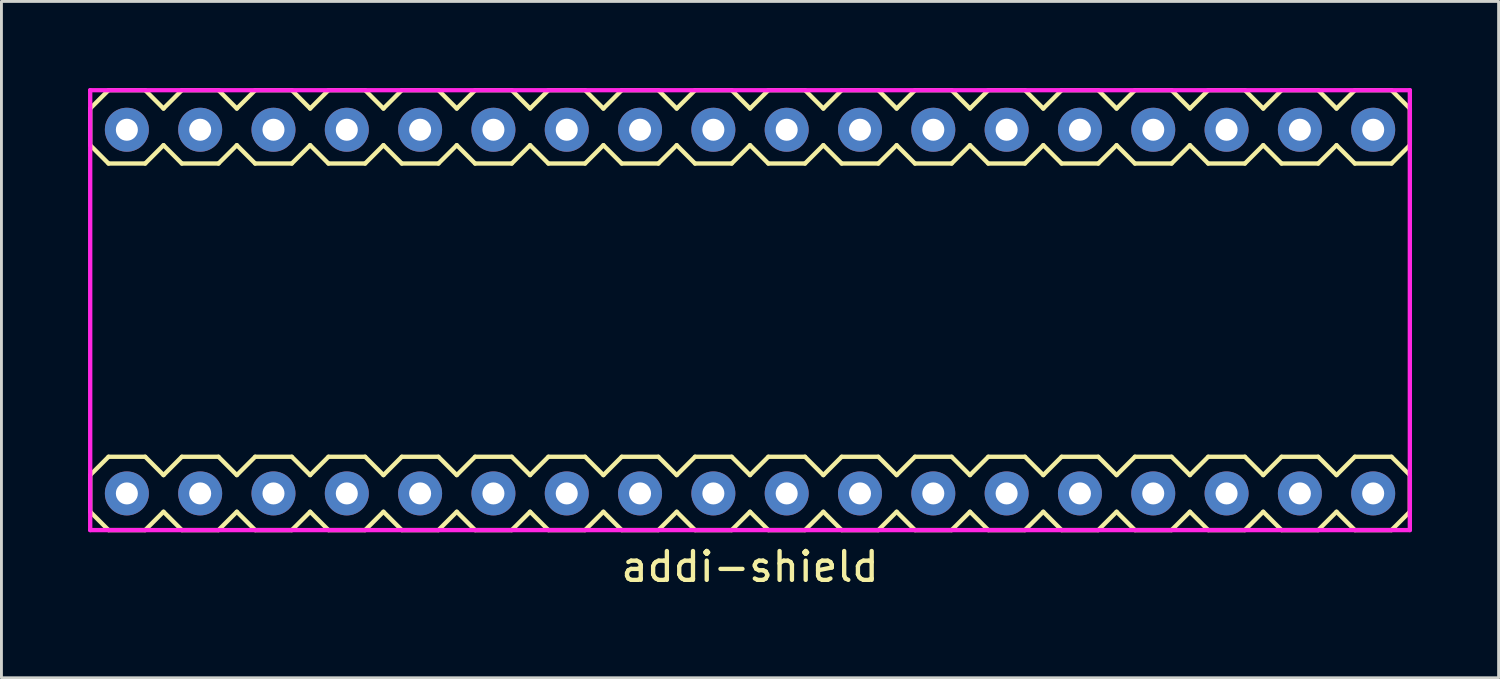
<source format=kicad_pcb>
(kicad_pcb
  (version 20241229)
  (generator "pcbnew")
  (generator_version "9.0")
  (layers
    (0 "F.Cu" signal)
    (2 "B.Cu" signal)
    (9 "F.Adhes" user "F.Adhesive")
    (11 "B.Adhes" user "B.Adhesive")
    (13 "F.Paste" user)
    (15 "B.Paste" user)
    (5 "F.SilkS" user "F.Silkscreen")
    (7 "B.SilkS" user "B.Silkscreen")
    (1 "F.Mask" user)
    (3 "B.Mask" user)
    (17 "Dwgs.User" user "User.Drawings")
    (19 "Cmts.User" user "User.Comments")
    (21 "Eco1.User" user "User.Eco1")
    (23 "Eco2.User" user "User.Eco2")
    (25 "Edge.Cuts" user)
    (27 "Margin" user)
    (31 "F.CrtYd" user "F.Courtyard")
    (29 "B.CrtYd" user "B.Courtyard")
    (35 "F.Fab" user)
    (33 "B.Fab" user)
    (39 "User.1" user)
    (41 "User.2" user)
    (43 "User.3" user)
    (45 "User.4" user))
  (footprint "addi-shield"
    (layer "F.Cu")
    (at 22.935 7.695)
    (property "Reference" "addi-shield" (at 0 8.89 0) (layer "F.SilkS") (effects (font (size 1 1) (thickness 0.15))))
    (attr through_hole)
    (fp_line (start -22.86 -6.985) (end -22.86 -5.715) (stroke (width 0.15) (type solid)) (layer "F.SilkS"))
    (fp_line (start -22.86 -6.985) (end -22.225 -7.62) (stroke (width 0.15) (type solid)) (layer "F.SilkS"))
    (fp_line (start -22.86 -5.715) (end -22.225 -5.08) (stroke (width 0.15) (type solid)) (layer "F.SilkS"))
    (fp_line (start -22.86 5.715) (end -22.86 6.985) (stroke (width 0.15) (type solid)) (layer "F.SilkS"))
    (fp_line (start -22.86 5.715) (end -22.225 5.08) (stroke (width 0.15) (type solid)) (layer "F.SilkS"))
    (fp_line (start -22.86 6.985) (end -22.225 7.62) (stroke (width 0.15) (type solid)) (layer "F.SilkS"))
    (fp_line (start -22.225 -7.62) (end -20.955 -7.62) (stroke (width 0.15) (type solid)) (layer "F.SilkS"))
    (fp_line (start -22.225 -5.08) (end -20.955 -5.08) (stroke (width 0.15) (type solid)) (layer "F.SilkS"))
    (fp_line (start -22.225 5.08) (end -20.955 5.08) (stroke (width 0.15) (type solid)) (layer "F.SilkS"))
    (fp_line (start -22.225 7.62) (end -20.955 7.62) (stroke (width 0.15) (type solid)) (layer "F.SilkS"))
    (fp_line (start -20.955 -7.62) (end -20.32 -6.985) (stroke (width 0.15) (type solid)) (layer "F.SilkS"))
    (fp_line (start -20.955 5.08) (end -20.32 5.715) (stroke (width 0.15) (type solid)) (layer "F.SilkS"))
    (fp_line (start -20.32 -6.985) (end -19.685 -7.62) (stroke (width 0.15) (type solid)) (layer "F.SilkS"))
    (fp_line (start -20.32 -5.715) (end -20.955 -5.08) (stroke (width 0.15) (type solid)) (layer "F.SilkS"))
    (fp_line (start -20.32 5.715) (end -19.685 5.08) (stroke (width 0.15) (type solid)) (layer "F.SilkS"))
    (fp_line (start -20.32 6.985) (end -20.955 7.62) (stroke (width 0.15) (type solid)) (layer "F.SilkS"))
    (fp_line (start -19.685 -7.62) (end -18.415 -7.62) (stroke (width 0.15) (type solid)) (layer "F.SilkS"))
    (fp_line (start -19.685 -5.08) (end -20.32 -5.715) (stroke (width 0.15) (type solid)) (layer "F.SilkS"))
    (fp_line (start -19.685 5.08) (end -18.415 5.08) (stroke (width 0.15) (type solid)) (layer "F.SilkS"))
    (fp_line (start -19.685 7.62) (end -20.32 6.985) (stroke (width 0.15) (type solid)) (layer "F.SilkS"))
    (fp_line (start -18.415 -7.62) (end -17.78 -6.985) (stroke (width 0.15) (type solid)) (layer "F.SilkS"))
    (fp_line (start -18.415 -5.08) (end -19.685 -5.08) (stroke (width 0.15) (type solid)) (layer "F.SilkS"))
    (fp_line (start -18.415 5.08) (end -17.78 5.715) (stroke (width 0.15) (type solid)) (layer "F.SilkS"))
    (fp_line (start -18.415 7.62) (end -19.685 7.62) (stroke (width 0.15) (type solid)) (layer "F.SilkS"))
    (fp_line (start -17.78 -6.985) (end -17.145 -7.62) (stroke (width 0.15) (type solid)) (layer "F.SilkS"))
    (fp_line (start -17.78 -5.715) (end -18.415 -5.08) (stroke (width 0.15) (type solid)) (layer "F.SilkS"))
    (fp_line (start -17.78 5.715) (end -17.145 5.08) (stroke (width 0.15) (type solid)) (layer "F.SilkS"))
    (fp_line (start -17.78 6.985) (end -18.415 7.62) (stroke (width 0.15) (type solid)) (layer "F.SilkS"))
    (fp_line (start -17.145 -7.62) (end -15.875 -7.62) (stroke (width 0.15) (type solid)) (layer "F.SilkS"))
    (fp_line (start -17.145 -5.08) (end -17.78 -5.715) (stroke (width 0.15) (type solid)) (layer "F.SilkS"))
    (fp_line (start -17.145 5.08) (end -15.875 5.08) (stroke (width 0.15) (type solid)) (layer "F.SilkS"))
    (fp_line (start -17.145 7.62) (end -17.78 6.985) (stroke (width 0.15) (type solid)) (layer "F.SilkS"))
    (fp_line (start -15.875 -7.62) (end -15.24 -6.985) (stroke (width 0.15) (type solid)) (layer "F.SilkS"))
    (fp_line (start -15.875 -5.08) (end -17.145 -5.08) (stroke (width 0.15) (type solid)) (layer "F.SilkS"))
    (fp_line (start -15.875 5.08) (end -15.24 5.715) (stroke (width 0.15) (type solid)) (layer "F.SilkS"))
    (fp_line (start -15.875 7.62) (end -17.145 7.62) (stroke (width 0.15) (type solid)) (layer "F.SilkS"))
    (fp_line (start -15.24 -6.985) (end -14.605 -7.62) (stroke (width 0.15) (type solid)) (layer "F.SilkS"))
    (fp_line (start -15.24 -5.715) (end -15.875 -5.08) (stroke (width 0.15) (type solid)) (layer "F.SilkS"))
    (fp_line (start -15.24 5.715) (end -14.605 5.08) (stroke (width 0.15) (type solid)) (layer "F.SilkS"))
    (fp_line (start -15.24 6.985) (end -15.875 7.62) (stroke (width 0.15) (type solid)) (layer "F.SilkS"))
    (fp_line (start -14.605 -7.62) (end -13.335 -7.62) (stroke (width 0.15) (type solid)) (layer "F.SilkS"))
    (fp_line (start -14.605 -5.08) (end -15.24 -5.715) (stroke (width 0.15) (type solid)) (layer "F.SilkS"))
    (fp_line (start -14.605 5.08) (end -13.335 5.08) (stroke (width 0.15) (type solid)) (layer "F.SilkS"))
    (fp_line (start -14.605 7.62) (end -15.24 6.985) (stroke (width 0.15) (type solid)) (layer "F.SilkS"))
    (fp_line (start -13.335 -7.62) (end -12.7 -6.985) (stroke (width 0.15) (type solid)) (layer "F.SilkS"))
    (fp_line (start -13.335 -5.08) (end -14.605 -5.08) (stroke (width 0.15) (type solid)) (layer "F.SilkS"))
    (fp_line (start -13.335 5.08) (end -12.7 5.715) (stroke (width 0.15) (type solid)) (layer "F.SilkS"))
    (fp_line (start -13.335 7.62) (end -14.605 7.62) (stroke (width 0.15) (type solid)) (layer "F.SilkS"))
    (fp_line (start -12.7 -6.985) (end -12.065 -7.62) (stroke (width 0.15) (type solid)) (layer "F.SilkS"))
    (fp_line (start -12.7 -5.715) (end -13.335 -5.08) (stroke (width 0.15) (type solid)) (layer "F.SilkS"))
    (fp_line (start -12.7 5.715) (end -12.065 5.08) (stroke (width 0.15) (type solid)) (layer "F.SilkS"))
    (fp_line (start -12.7 6.985) (end -13.335 7.62) (stroke (width 0.15) (type solid)) (layer "F.SilkS"))
    (fp_line (start -12.065 -7.62) (end -10.795 -7.62) (stroke (width 0.15) (type solid)) (layer "F.SilkS"))
    (fp_line (start -12.065 -5.08) (end -12.7 -5.715) (stroke (width 0.15) (type solid)) (layer "F.SilkS"))
    (fp_line (start -12.065 -5.08) (end -10.795 -5.08) (stroke (width 0.15) (type solid)) (layer "F.SilkS"))
    (fp_line (start -12.065 5.08) (end -10.795 5.08) (stroke (width 0.15) (type solid)) (layer "F.SilkS"))
    (fp_line (start -12.065 7.62) (end -12.7 6.985) (stroke (width 0.15) (type solid)) (layer "F.SilkS"))
    (fp_line (start -12.065 7.62) (end -10.795 7.62) (stroke (width 0.15) (type solid)) (layer "F.SilkS"))
    (fp_line (start -10.795 -7.62) (end -10.16 -6.985) (stroke (width 0.15) (type solid)) (layer "F.SilkS"))
    (fp_line (start -10.795 5.08) (end -10.16 5.715) (stroke (width 0.15) (type solid)) (layer "F.SilkS"))
    (fp_line (start -10.16 -6.985) (end -9.525 -7.62) (stroke (width 0.15) (type solid)) (layer "F.SilkS"))
    (fp_line (start -10.16 -5.715) (end -10.795 -5.08) (stroke (width 0.15) (type solid)) (layer "F.SilkS"))
    (fp_line (start -10.16 5.715) (end -9.525 5.08) (stroke (width 0.15) (type solid)) (layer "F.SilkS"))
    (fp_line (start -10.16 6.985) (end -10.795 7.62) (stroke (width 0.15) (type solid)) (layer "F.SilkS"))
    (fp_line (start -9.525 -7.62) (end -8.255 -7.62) (stroke (width 0.15) (type solid)) (layer "F.SilkS"))
    (fp_line (start -9.525 -5.08) (end -10.16 -5.715) (stroke (width 0.15) (type solid)) (layer "F.SilkS"))
    (fp_line (start -9.525 5.08) (end -8.255 5.08) (stroke (width 0.15) (type solid)) (layer "F.SilkS"))
    (fp_line (start -9.525 7.62) (end -10.16 6.985) (stroke (width 0.15) (type solid)) (layer "F.SilkS"))
    (fp_line (start -8.255 -7.62) (end -7.62 -6.985) (stroke (width 0.15) (type solid)) (layer "F.SilkS"))
    (fp_line (start -8.255 -5.08) (end -9.525 -5.08) (stroke (width 0.15) (type solid)) (layer "F.SilkS"))
    (fp_line (start -8.255 5.08) (end -7.62 5.715) (stroke (width 0.15) (type solid)) (layer "F.SilkS"))
    (fp_line (start -8.255 7.62) (end -9.525 7.62) (stroke (width 0.15) (type solid)) (layer "F.SilkS"))
    (fp_line (start -7.62 -6.985) (end -6.985 -7.62) (stroke (width 0.15) (type solid)) (layer "F.SilkS"))
    (fp_line (start -7.62 -5.715) (end -8.255 -5.08) (stroke (width 0.15) (type solid)) (layer "F.SilkS"))
    (fp_line (start -7.62 5.715) (end -6.985 5.08) (stroke (width 0.15) (type solid)) (layer "F.SilkS"))
    (fp_line (start -7.62 6.985) (end -8.255 7.62) (stroke (width 0.15) (type solid)) (layer "F.SilkS"))
    (fp_line (start -6.985 -7.62) (end -5.715 -7.62) (stroke (width 0.15) (type solid)) (layer "F.SilkS"))
    (fp_line (start -6.985 -5.08) (end -7.62 -5.715) (stroke (width 0.15) (type solid)) (layer "F.SilkS"))
    (fp_line (start -6.985 5.08) (end -5.715 5.08) (stroke (width 0.15) (type solid)) (layer "F.SilkS"))
    (fp_line (start -6.985 7.62) (end -7.62 6.985) (stroke (width 0.15) (type solid)) (layer "F.SilkS"))
    (fp_line (start -5.715 -7.62) (end -5.08 -6.985) (stroke (width 0.15) (type solid)) (layer "F.SilkS"))
    (fp_line (start -5.715 -5.08) (end -6.985 -5.08) (stroke (width 0.15) (type solid)) (layer "F.SilkS"))
    (fp_line (start -5.715 5.08) (end -5.08 5.715) (stroke (width 0.15) (type solid)) (layer "F.SilkS"))
    (fp_line (start -5.715 7.62) (end -6.985 7.62) (stroke (width 0.15) (type solid)) (layer "F.SilkS"))
    (fp_line (start -5.08 -6.985) (end -4.445 -7.62) (stroke (width 0.15) (type solid)) (layer "F.SilkS"))
    (fp_line (start -5.08 -5.715) (end -5.715 -5.08) (stroke (width 0.15) (type solid)) (layer "F.SilkS"))
    (fp_line (start -5.08 5.715) (end -4.445 5.08) (stroke (width 0.15) (type solid)) (layer "F.SilkS"))
    (fp_line (start -5.08 6.985) (end -5.715 7.62) (stroke (width 0.15) (type solid)) (layer "F.SilkS"))
    (fp_line (start -4.445 -7.62) (end -3.175 -7.62) (stroke (width 0.15) (type solid)) (layer "F.SilkS"))
    (fp_line (start -4.445 -5.08) (end -5.08 -5.715) (stroke (width 0.15) (type solid)) (layer "F.SilkS"))
    (fp_line (start -4.445 5.08) (end -3.175 5.08) (stroke (width 0.15) (type solid)) (layer "F.SilkS"))
    (fp_line (start -4.445 7.62) (end -5.08 6.985) (stroke (width 0.15) (type solid)) (layer "F.SilkS"))
    (fp_line (start -3.175 -7.62) (end -2.54 -6.985) (stroke (width 0.15) (type solid)) (layer "F.SilkS"))
    (fp_line (start -3.175 -5.08) (end -4.445 -5.08) (stroke (width 0.15) (type solid)) (layer "F.SilkS"))
    (fp_line (start -3.175 5.08) (end -2.54 5.715) (stroke (width 0.15) (type solid)) (layer "F.SilkS"))
    (fp_line (start -3.175 7.62) (end -4.445 7.62) (stroke (width 0.15) (type solid)) (layer "F.SilkS"))
    (fp_line (start -2.54 -6.985) (end -1.905 -7.62) (stroke (width 0.15) (type solid)) (layer "F.SilkS"))
    (fp_line (start -2.54 -5.715) (end -3.175 -5.08) (stroke (width 0.15) (type solid)) (layer "F.SilkS"))
    (fp_line (start -2.54 5.715) (end -1.905 5.08) (stroke (width 0.15) (type solid)) (layer "F.SilkS"))
    (fp_line (start -2.54 6.985) (end -3.175 7.62) (stroke (width 0.15) (type solid)) (layer "F.SilkS"))
    (fp_line (start -1.905 -7.62) (end -0.635 -7.62) (stroke (width 0.15) (type solid)) (layer "F.SilkS"))
    (fp_line (start -1.905 -5.08) (end -2.54 -5.715) (stroke (width 0.15) (type solid)) (layer "F.SilkS"))
    (fp_line (start -1.905 -5.08) (end -0.635 -5.08) (stroke (width 0.15) (type solid)) (layer "F.SilkS"))
    (fp_line (start -1.905 5.08) (end -0.635 5.08) (stroke (width 0.15) (type solid)) (layer "F.SilkS"))
    (fp_line (start -1.905 7.62) (end -2.54 6.985) (stroke (width 0.15) (type solid)) (layer "F.SilkS"))
    (fp_line (start -1.905 7.62) (end -0.635 7.62) (stroke (width 0.15) (type solid)) (layer "F.SilkS"))
    (fp_line (start -0.635 -7.62) (end 0 -6.985) (stroke (width 0.15) (type solid)) (layer "F.SilkS"))
    (fp_line (start -0.635 5.08) (end 0 5.715) (stroke (width 0.15) (type solid)) (layer "F.SilkS"))
    (fp_line (start 0 -6.985) (end 0.635 -7.62) (stroke (width 0.15) (type solid)) (layer "F.SilkS"))
    (fp_line (start 0 -5.715) (end -0.635 -5.08) (stroke (width 0.15) (type solid)) (layer "F.SilkS"))
    (fp_line (start 0 5.715) (end 0.635 5.08) (stroke (width 0.15) (type solid)) (layer "F.SilkS"))
    (fp_line (start 0 6.985) (end -0.635 7.62) (stroke (width 0.15) (type solid)) (layer "F.SilkS"))
    (fp_line (start 0.635 -7.62) (end 1.905 -7.62) (stroke (width 0.15) (type solid)) (layer "F.SilkS"))
    (fp_line (start 0.635 -5.08) (end 0 -5.715) (stroke (width 0.15) (type solid)) (layer "F.SilkS"))
    (fp_line (start 0.635 5.08) (end 1.905 5.08) (stroke (width 0.15) (type solid)) (layer "F.SilkS"))
    (fp_line (start 0.635 7.62) (end 0 6.985) (stroke (width 0.15) (type solid)) (layer "F.SilkS"))
    (fp_line (start 1.905 -7.62) (end 2.54 -6.985) (stroke (width 0.15) (type solid)) (layer "F.SilkS"))
    (fp_line (start 1.905 -5.08) (end 0.635 -5.08) (stroke (width 0.15) (type solid)) (layer "F.SilkS"))
    (fp_line (start 1.905 5.08) (end 2.54 5.715) (stroke (width 0.15) (type solid)) (layer "F.SilkS"))
    (fp_line (start 1.905 7.62) (end 0.635 7.62) (stroke (width 0.15) (type solid)) (layer "F.SilkS"))
    (fp_line (start 2.54 -6.985) (end 3.175 -7.62) (stroke (width 0.15) (type solid)) (layer "F.SilkS"))
    (fp_line (start 2.54 -5.715) (end 1.905 -5.08) (stroke (width 0.15) (type solid)) (layer "F.SilkS"))
    (fp_line (start 2.54 5.715) (end 3.175 5.08) (stroke (width 0.15) (type solid)) (layer "F.SilkS"))
    (fp_line (start 2.54 6.985) (end 1.905 7.62) (stroke (width 0.15) (type solid)) (layer "F.SilkS"))
    (fp_line (start 3.175 -7.62) (end 4.445 -7.62) (stroke (width 0.15) (type solid)) (layer "F.SilkS"))
    (fp_line (start 3.175 -5.08) (end 2.54 -5.715) (stroke (width 0.15) (type solid)) (layer "F.SilkS"))
    (fp_line (start 3.175 5.08) (end 4.445 5.08) (stroke (width 0.15) (type solid)) (layer "F.SilkS"))
    (fp_line (start 3.175 7.62) (end 2.54 6.985) (stroke (width 0.15) (type solid)) (layer "F.SilkS"))
    (fp_line (start 4.445 -7.62) (end 5.08 -6.985) (stroke (width 0.15) (type solid)) (layer "F.SilkS"))
    (fp_line (start 4.445 -5.08) (end 3.175 -5.08) (stroke (width 0.15) (type solid)) (layer "F.SilkS"))
    (fp_line (start 4.445 5.08) (end 5.08 5.715) (stroke (width 0.15) (type solid)) (layer "F.SilkS"))
    (fp_line (start 4.445 7.62) (end 3.175 7.62) (stroke (width 0.15) (type solid)) (layer "F.SilkS"))
    (fp_line (start 5.08 -6.985) (end 5.715 -7.62) (stroke (width 0.15) (type solid)) (layer "F.SilkS"))
    (fp_line (start 5.08 -5.715) (end 4.445 -5.08) (stroke (width 0.15) (type solid)) (layer "F.SilkS"))
    (fp_line (start 5.08 5.715) (end 5.715 5.08) (stroke (width 0.15) (type solid)) (layer "F.SilkS"))
    (fp_line (start 5.08 6.985) (end 4.445 7.62) (stroke (width 0.15) (type solid)) (layer "F.SilkS"))
    (fp_line (start 5.715 -7.62) (end 6.985 -7.62) (stroke (width 0.15) (type solid)) (layer "F.SilkS"))
    (fp_line (start 5.715 -5.08) (end 5.08 -5.715) (stroke (width 0.15) (type solid)) (layer "F.SilkS"))
    (fp_line (start 5.715 5.08) (end 6.985 5.08) (stroke (width 0.15) (type solid)) (layer "F.SilkS"))
    (fp_line (start 5.715 7.62) (end 5.08 6.985) (stroke (width 0.15) (type solid)) (layer "F.SilkS"))
    (fp_line (start 6.985 -7.62) (end 7.62 -6.985) (stroke (width 0.15) (type solid)) (layer "F.SilkS"))
    (fp_line (start 6.985 -5.08) (end 5.715 -5.08) (stroke (width 0.15) (type solid)) (layer "F.SilkS"))
    (fp_line (start 6.985 5.08) (end 7.62 5.715) (stroke (width 0.15) (type solid)) (layer "F.SilkS"))
    (fp_line (start 6.985 7.62) (end 5.715 7.62) (stroke (width 0.15) (type solid)) (layer "F.SilkS"))
    (fp_line (start 7.62 -6.985) (end 8.255 -7.62) (stroke (width 0.15) (type solid)) (layer "F.SilkS"))
    (fp_line (start 7.62 -5.715) (end 6.985 -5.08) (stroke (width 0.15) (type solid)) (layer "F.SilkS"))
    (fp_line (start 7.62 5.715) (end 8.255 5.08) (stroke (width 0.15) (type solid)) (layer "F.SilkS"))
    (fp_line (start 7.62 6.985) (end 6.985 7.62) (stroke (width 0.15) (type solid)) (layer "F.SilkS"))
    (fp_line (start 8.255 -7.62) (end 9.525 -7.62) (stroke (width 0.15) (type solid)) (layer "F.SilkS"))
    (fp_line (start 8.255 -5.08) (end 7.62 -5.715) (stroke (width 0.15) (type solid)) (layer "F.SilkS"))
    (fp_line (start 8.255 -5.08) (end 9.525 -5.08) (stroke (width 0.15) (type solid)) (layer "F.SilkS"))
    (fp_line (start 8.255 5.08) (end 9.525 5.08) (stroke (width 0.15) (type solid)) (layer "F.SilkS"))
    (fp_line (start 8.255 7.62) (end 7.62 6.985) (stroke (width 0.15) (type solid)) (layer "F.SilkS"))
    (fp_line (start 8.255 7.62) (end 9.525 7.62) (stroke (width 0.15) (type solid)) (layer "F.SilkS"))
    (fp_line (start 9.525 -7.62) (end 10.16 -6.985) (stroke (width 0.15) (type solid)) (layer "F.SilkS"))
    (fp_line (start 9.525 5.08) (end 10.16 5.715) (stroke (width 0.15) (type solid)) (layer "F.SilkS"))
    (fp_line (start 10.16 -6.985) (end 10.795 -7.62) (stroke (width 0.15) (type solid)) (layer "F.SilkS"))
    (fp_line (start 10.16 -5.715) (end 9.525 -5.08) (stroke (width 0.15) (type solid)) (layer "F.SilkS"))
    (fp_line (start 10.16 5.715) (end 10.795 5.08) (stroke (width 0.15) (type solid)) (layer "F.SilkS"))
    (fp_line (start 10.16 6.985) (end 9.525 7.62) (stroke (width 0.15) (type solid)) (layer "F.SilkS"))
    (fp_line (start 10.795 -7.62) (end 12.065 -7.62) (stroke (width 0.15) (type solid)) (layer "F.SilkS"))
    (fp_line (start 10.795 -5.08) (end 10.16 -5.715) (stroke (width 0.15) (type solid)) (layer "F.SilkS"))
    (fp_line (start 10.795 5.08) (end 12.065 5.08) (stroke (width 0.15) (type solid)) (layer "F.SilkS"))
    (fp_line (start 10.795 7.62) (end 10.16 6.985) (stroke (width 0.15) (type solid)) (layer "F.SilkS"))
    (fp_line (start 12.065 -7.62) (end 12.7 -6.985) (stroke (width 0.15) (type solid)) (layer "F.SilkS"))
    (fp_line (start 12.065 -5.08) (end 10.795 -5.08) (stroke (width 0.15) (type solid)) (layer "F.SilkS"))
    (fp_line (start 12.065 5.08) (end 12.7 5.715) (stroke (width 0.15) (type solid)) (layer "F.SilkS"))
    (fp_line (start 12.065 7.62) (end 10.795 7.62) (stroke (width 0.15) (type solid)) (layer "F.SilkS"))
    (fp_line (start 12.7 -6.985) (end 13.335 -7.62) (stroke (width 0.15) (type solid)) (layer "F.SilkS"))
    (fp_line (start 12.7 -5.715) (end 12.065 -5.08) (stroke (width 0.15) (type solid)) (layer "F.SilkS"))
    (fp_line (start 12.7 5.715) (end 13.335 5.08) (stroke (width 0.15) (type solid)) (layer "F.SilkS"))
    (fp_line (start 12.7 6.985) (end 12.065 7.62) (stroke (width 0.15) (type solid)) (layer "F.SilkS"))
    (fp_line (start 13.335 -7.62) (end 14.605 -7.62) (stroke (width 0.15) (type solid)) (layer "F.SilkS"))
    (fp_line (start 13.335 -5.08) (end 12.7 -5.715) (stroke (width 0.15) (type solid)) (layer "F.SilkS"))
    (fp_line (start 13.335 5.08) (end 14.605 5.08) (stroke (width 0.15) (type solid)) (layer "F.SilkS"))
    (fp_line (start 13.335 7.62) (end 12.7 6.985) (stroke (width 0.15) (type solid)) (layer "F.SilkS"))
    (fp_line (start 14.605 -7.62) (end 15.24 -6.985) (stroke (width 0.15) (type solid)) (layer "F.SilkS"))
    (fp_line (start 14.605 -5.08) (end 13.335 -5.08) (stroke (width 0.15) (type solid)) (layer "F.SilkS"))
    (fp_line (start 14.605 5.08) (end 15.24 5.715) (stroke (width 0.15) (type solid)) (layer "F.SilkS"))
    (fp_line (start 14.605 7.62) (end 13.335 7.62) (stroke (width 0.15) (type solid)) (layer "F.SilkS"))
    (fp_line (start 15.24 -6.985) (end 15.875 -7.62) (stroke (width 0.15) (type solid)) (layer "F.SilkS"))
    (fp_line (start 15.24 -5.715) (end 14.605 -5.08) (stroke (width 0.15) (type solid)) (layer "F.SilkS"))
    (fp_line (start 15.24 5.715) (end 15.875 5.08) (stroke (width 0.15) (type solid)) (layer "F.SilkS"))
    (fp_line (start 15.24 6.985) (end 14.605 7.62) (stroke (width 0.15) (type solid)) (layer "F.SilkS"))
    (fp_line (start 15.875 -7.62) (end 17.145 -7.62) (stroke (width 0.15) (type solid)) (layer "F.SilkS"))
    (fp_line (start 15.875 -5.08) (end 15.24 -5.715) (stroke (width 0.15) (type solid)) (layer "F.SilkS"))
    (fp_line (start 15.875 5.08) (end 17.145 5.08) (stroke (width 0.15) (type solid)) (layer "F.SilkS"))
    (fp_line (start 15.875 7.62) (end 15.24 6.985) (stroke (width 0.15) (type solid)) (layer "F.SilkS"))
    (fp_line (start 17.145 -7.62) (end 17.78 -6.985) (stroke (width 0.15) (type solid)) (layer "F.SilkS"))
    (fp_line (start 17.145 -5.08) (end 15.875 -5.08) (stroke (width 0.15) (type solid)) (layer "F.SilkS"))
    (fp_line (start 17.145 5.08) (end 17.78 5.715) (stroke (width 0.15) (type solid)) (layer "F.SilkS"))
    (fp_line (start 17.145 7.62) (end 15.875 7.62) (stroke (width 0.15) (type solid)) (layer "F.SilkS"))
    (fp_line (start 17.78 -6.985) (end 18.415 -7.62) (stroke (width 0.15) (type solid)) (layer "F.SilkS"))
    (fp_line (start 17.78 -5.715) (end 17.145 -5.08) (stroke (width 0.15) (type solid)) (layer "F.SilkS"))
    (fp_line (start 17.78 5.715) (end 18.415 5.08) (stroke (width 0.15) (type solid)) (layer "F.SilkS"))
    (fp_line (start 17.78 6.985) (end 17.145 7.62) (stroke (width 0.15) (type solid)) (layer "F.SilkS"))
    (fp_line (start 18.415 -7.62) (end 19.685 -7.62) (stroke (width 0.15) (type solid)) (layer "F.SilkS"))
    (fp_line (start 18.415 -5.08) (end 17.78 -5.715) (stroke (width 0.15) (type solid)) (layer "F.SilkS"))
    (fp_line (start 18.415 5.08) (end 19.685 5.08) (stroke (width 0.15) (type solid)) (layer "F.SilkS"))
    (fp_line (start 18.415 7.62) (end 17.78 6.985) (stroke (width 0.15) (type solid)) (layer "F.SilkS"))
    (fp_line (start 19.685 -7.62) (end 20.32 -6.985) (stroke (width 0.15) (type solid)) (layer "F.SilkS"))
    (fp_line (start 19.685 -5.08) (end 18.415 -5.08) (stroke (width 0.15) (type solid)) (layer "F.SilkS"))
    (fp_line (start 19.685 5.08) (end 20.32 5.715) (stroke (width 0.15) (type solid)) (layer "F.SilkS"))
    (fp_line (start 19.685 7.62) (end 18.415 7.62) (stroke (width 0.15) (type solid)) (layer "F.SilkS"))
    (fp_line (start 20.32 -6.985) (end 20.955 -7.62) (stroke (width 0.15) (type solid)) (layer "F.SilkS"))
    (fp_line (start 20.32 -5.715) (end 19.685 -5.08) (stroke (width 0.15) (type solid)) (layer "F.SilkS"))
    (fp_line (start 20.32 5.715) (end 20.955 5.08) (stroke (width 0.15) (type solid)) (layer "F.SilkS"))
    (fp_line (start 20.32 6.985) (end 19.685 7.62) (stroke (width 0.15) (type solid)) (layer "F.SilkS"))
    (fp_line (start 20.955 -7.62) (end 22.225 -7.62) (stroke (width 0.15) (type solid)) (layer "F.SilkS"))
    (fp_line (start 20.955 -5.08) (end 20.32 -5.715) (stroke (width 0.15) (type solid)) (layer "F.SilkS"))
    (fp_line (start 20.955 5.08) (end 22.225 5.08) (stroke (width 0.15) (type solid)) (layer "F.SilkS"))
    (fp_line (start 20.955 7.62) (end 20.32 6.985) (stroke (width 0.15) (type solid)) (layer "F.SilkS"))
    (fp_line (start 22.225 -7.62) (end 22.86 -6.985) (stroke (width 0.15) (type solid)) (layer "F.SilkS"))
    (fp_line (start 22.225 -5.08) (end 20.955 -5.08) (stroke (width 0.15) (type solid)) (layer "F.SilkS"))
    (fp_line (start 22.225 5.08) (end 22.86 5.715) (stroke (width 0.15) (type solid)) (layer "F.SilkS"))
    (fp_line (start 22.225 7.62) (end 20.955 7.62) (stroke (width 0.15) (type solid)) (layer "F.SilkS"))
    (fp_line (start 22.86 -6.985) (end 22.86 -5.715) (stroke (width 0.15) (type solid)) (layer "F.SilkS"))
    (fp_line (start 22.86 -5.715) (end 22.225 -5.08) (stroke (width 0.15) (type solid)) (layer "F.SilkS"))
    (fp_line (start 22.86 5.715) (end 22.86 6.985) (stroke (width 0.15) (type solid)) (layer "F.SilkS"))
    (fp_line (start 22.86 6.985) (end 22.225 7.62) (stroke (width 0.15) (type solid)) (layer "F.SilkS"))
    (fp_line (start -22.86 -7.62) (end 22.86 -7.62) (stroke (width 0.15) (type solid)) (layer "F.CrtYd"))
    (fp_line (start -22.86 7.62) (end -22.86 -7.62) (stroke (width 0.15) (type solid)) (layer "F.CrtYd"))
    (fp_line (start 22.86 -7.62) (end 22.86 7.62) (stroke (width 0.15) (type solid)) (layer "F.CrtYd"))
    (fp_line (start 22.86 7.62) (end -22.86 7.62) (stroke (width 0.15) (type solid)) (layer "F.CrtYd"))
    (pad "1" thru_hole circle (at -21.59 6.35) (size 1.524 1.524) (drill 0.762) (layers "*.Cu" "*.Mask"))
    (pad "2" thru_hole circle (at -19.05 6.35) (size 1.524 1.524) (drill 0.762) (layers "*.Cu" "*.Mask"))
    (pad "3" thru_hole circle (at -16.51 6.35) (size 1.524 1.524) (drill 0.762) (layers "*.Cu" "*.Mask"))
    (pad "4" thru_hole circle (at -13.97 6.35) (size 1.524 1.524) (drill 0.762) (layers "*.Cu" "*.Mask"))
    (pad "5" thru_hole circle (at -11.43 6.35) (size 1.524 1.524) (drill 0.762) (layers "*.Cu" "*.Mask"))
    (pad "6" thru_hole circle (at -8.89 6.35) (size 1.524 1.524) (drill 0.762) (layers "*.Cu" "*.Mask"))
    (pad "7" thru_hole circle (at -6.35 6.35) (size 1.524 1.524) (drill 0.762) (layers "*.Cu" "*.Mask"))
    (pad "8" thru_hole circle (at -3.81 6.35) (size 1.524 1.524) (drill 0.762) (layers "*.Cu" "*.Mask"))
    (pad "9" thru_hole circle (at -1.27 6.35) (size 1.524 1.524) (drill 0.762) (layers "*.Cu" "*.Mask"))
    (pad "10" thru_hole circle (at 1.27 6.35) (size 1.524 1.524) (drill 0.762) (layers "*.Cu" "*.Mask"))
    (pad "11" thru_hole circle (at 3.81 6.35) (size 1.524 1.524) (drill 0.762) (layers "*.Cu" "*.Mask"))
    (pad "12" thru_hole circle (at 6.35 6.35) (size 1.524 1.524) (drill 0.762) (layers "*.Cu" "*.Mask"))
    (pad "13" thru_hole circle (at 8.89 6.35) (size 1.524 1.524) (drill 0.762) (layers "*.Cu" "*.Mask"))
    (pad "14" thru_hole circle (at 11.43 6.35) (size 1.524 1.524) (drill 0.762) (layers "*.Cu" "*.Mask"))
    (pad "15" thru_hole circle (at 13.97 6.35) (size 1.524 1.524) (drill 0.762) (layers "*.Cu" "*.Mask"))
    (pad "16" thru_hole circle (at 16.51 6.35) (size 1.524 1.524) (drill 0.762) (layers "*.Cu" "*.Mask"))
    (pad "17" thru_hole circle (at 19.05 6.35) (size 1.524 1.524) (drill 0.762) (layers "*.Cu" "*.Mask"))
    (pad "18" thru_hole circle (at 21.59 6.35) (size 1.524 1.524) (drill 0.762) (layers "*.Cu" "*.Mask"))
    (pad "19" thru_hole circle (at -21.59 -6.25) (size 1.524 1.524) (drill 0.762) (layers "*.Cu" "*.Mask"))
    (pad "20" thru_hole circle (at -19.05 -6.25) (size 1.524 1.524) (drill 0.762) (layers "*.Cu" "*.Mask"))
    (pad "21" thru_hole circle (at -16.51 -6.25) (size 1.524 1.524) (drill 0.762) (layers "*.Cu" "*.Mask"))
    (pad "22" thru_hole circle (at -13.97 -6.25) (size 1.524 1.524) (drill 0.762) (layers "*.Cu" "*.Mask"))
    (pad "23" thru_hole circle (at -11.43 -6.25) (size 1.524 1.524) (drill 0.762) (layers "*.Cu" "*.Mask"))
    (pad "24" thru_hole circle (at -8.89 -6.25) (size 1.524 1.524) (drill 0.762) (layers "*.Cu" "*.Mask"))
    (pad "25" thru_hole circle (at -6.35 -6.25) (size 1.524 1.524) (drill 0.762) (layers "*.Cu" "*.Mask"))
    (pad "26" thru_hole circle (at -3.81 -6.25) (size 1.524 1.524) (drill 0.762) (layers "*.Cu" "*.Mask"))
    (pad "27" thru_hole circle (at -1.27 -6.25) (size 1.524 1.524) (drill 0.762) (layers "*.Cu" "*.Mask"))
    (pad "28" thru_hole circle (at 1.27 -6.25) (size 1.524 1.524) (drill 0.762) (layers "*.Cu" "*.Mask"))
    (pad "29" thru_hole circle (at 3.81 -6.25) (size 1.524 1.524) (drill 0.762) (layers "*.Cu" "*.Mask"))
    (pad "30" thru_hole circle (at 6.35 -6.25) (size 1.524 1.524) (drill 0.762) (layers "*.Cu" "*.Mask"))
    (pad "31" thru_hole circle (at 8.89 -6.25) (size 1.524 1.524) (drill 0.762) (layers "*.Cu" "*.Mask"))
    (pad "32" thru_hole circle (at 11.43 -6.25) (size 1.524 1.524) (drill 0.762) (layers "*.Cu" "*.Mask"))
    (pad "33" thru_hole circle (at 13.97 -6.25) (size 1.524 1.524) (drill 0.762) (layers "*.Cu" "*.Mask"))
    (pad "34" thru_hole circle (at 16.51 -6.25) (size 1.524 1.524) (drill 0.762) (layers "*.Cu" "*.Mask"))
    (pad "35" thru_hole circle (at 19.05 -6.25) (size 1.524 1.524) (drill 0.762) (layers "*.Cu" "*.Mask"))
    (pad "36" thru_hole circle (at 21.59 -6.25) (size 1.524 1.524) (drill 0.762) (layers "*.Cu" "*.Mask")))
  (gr_rect
    (start -3 -3)
    (end 48.87 20.433)
    (stroke (width 0.1) (type default))
    (fill no)
    (layer "Edge.Cuts")))
</source>
